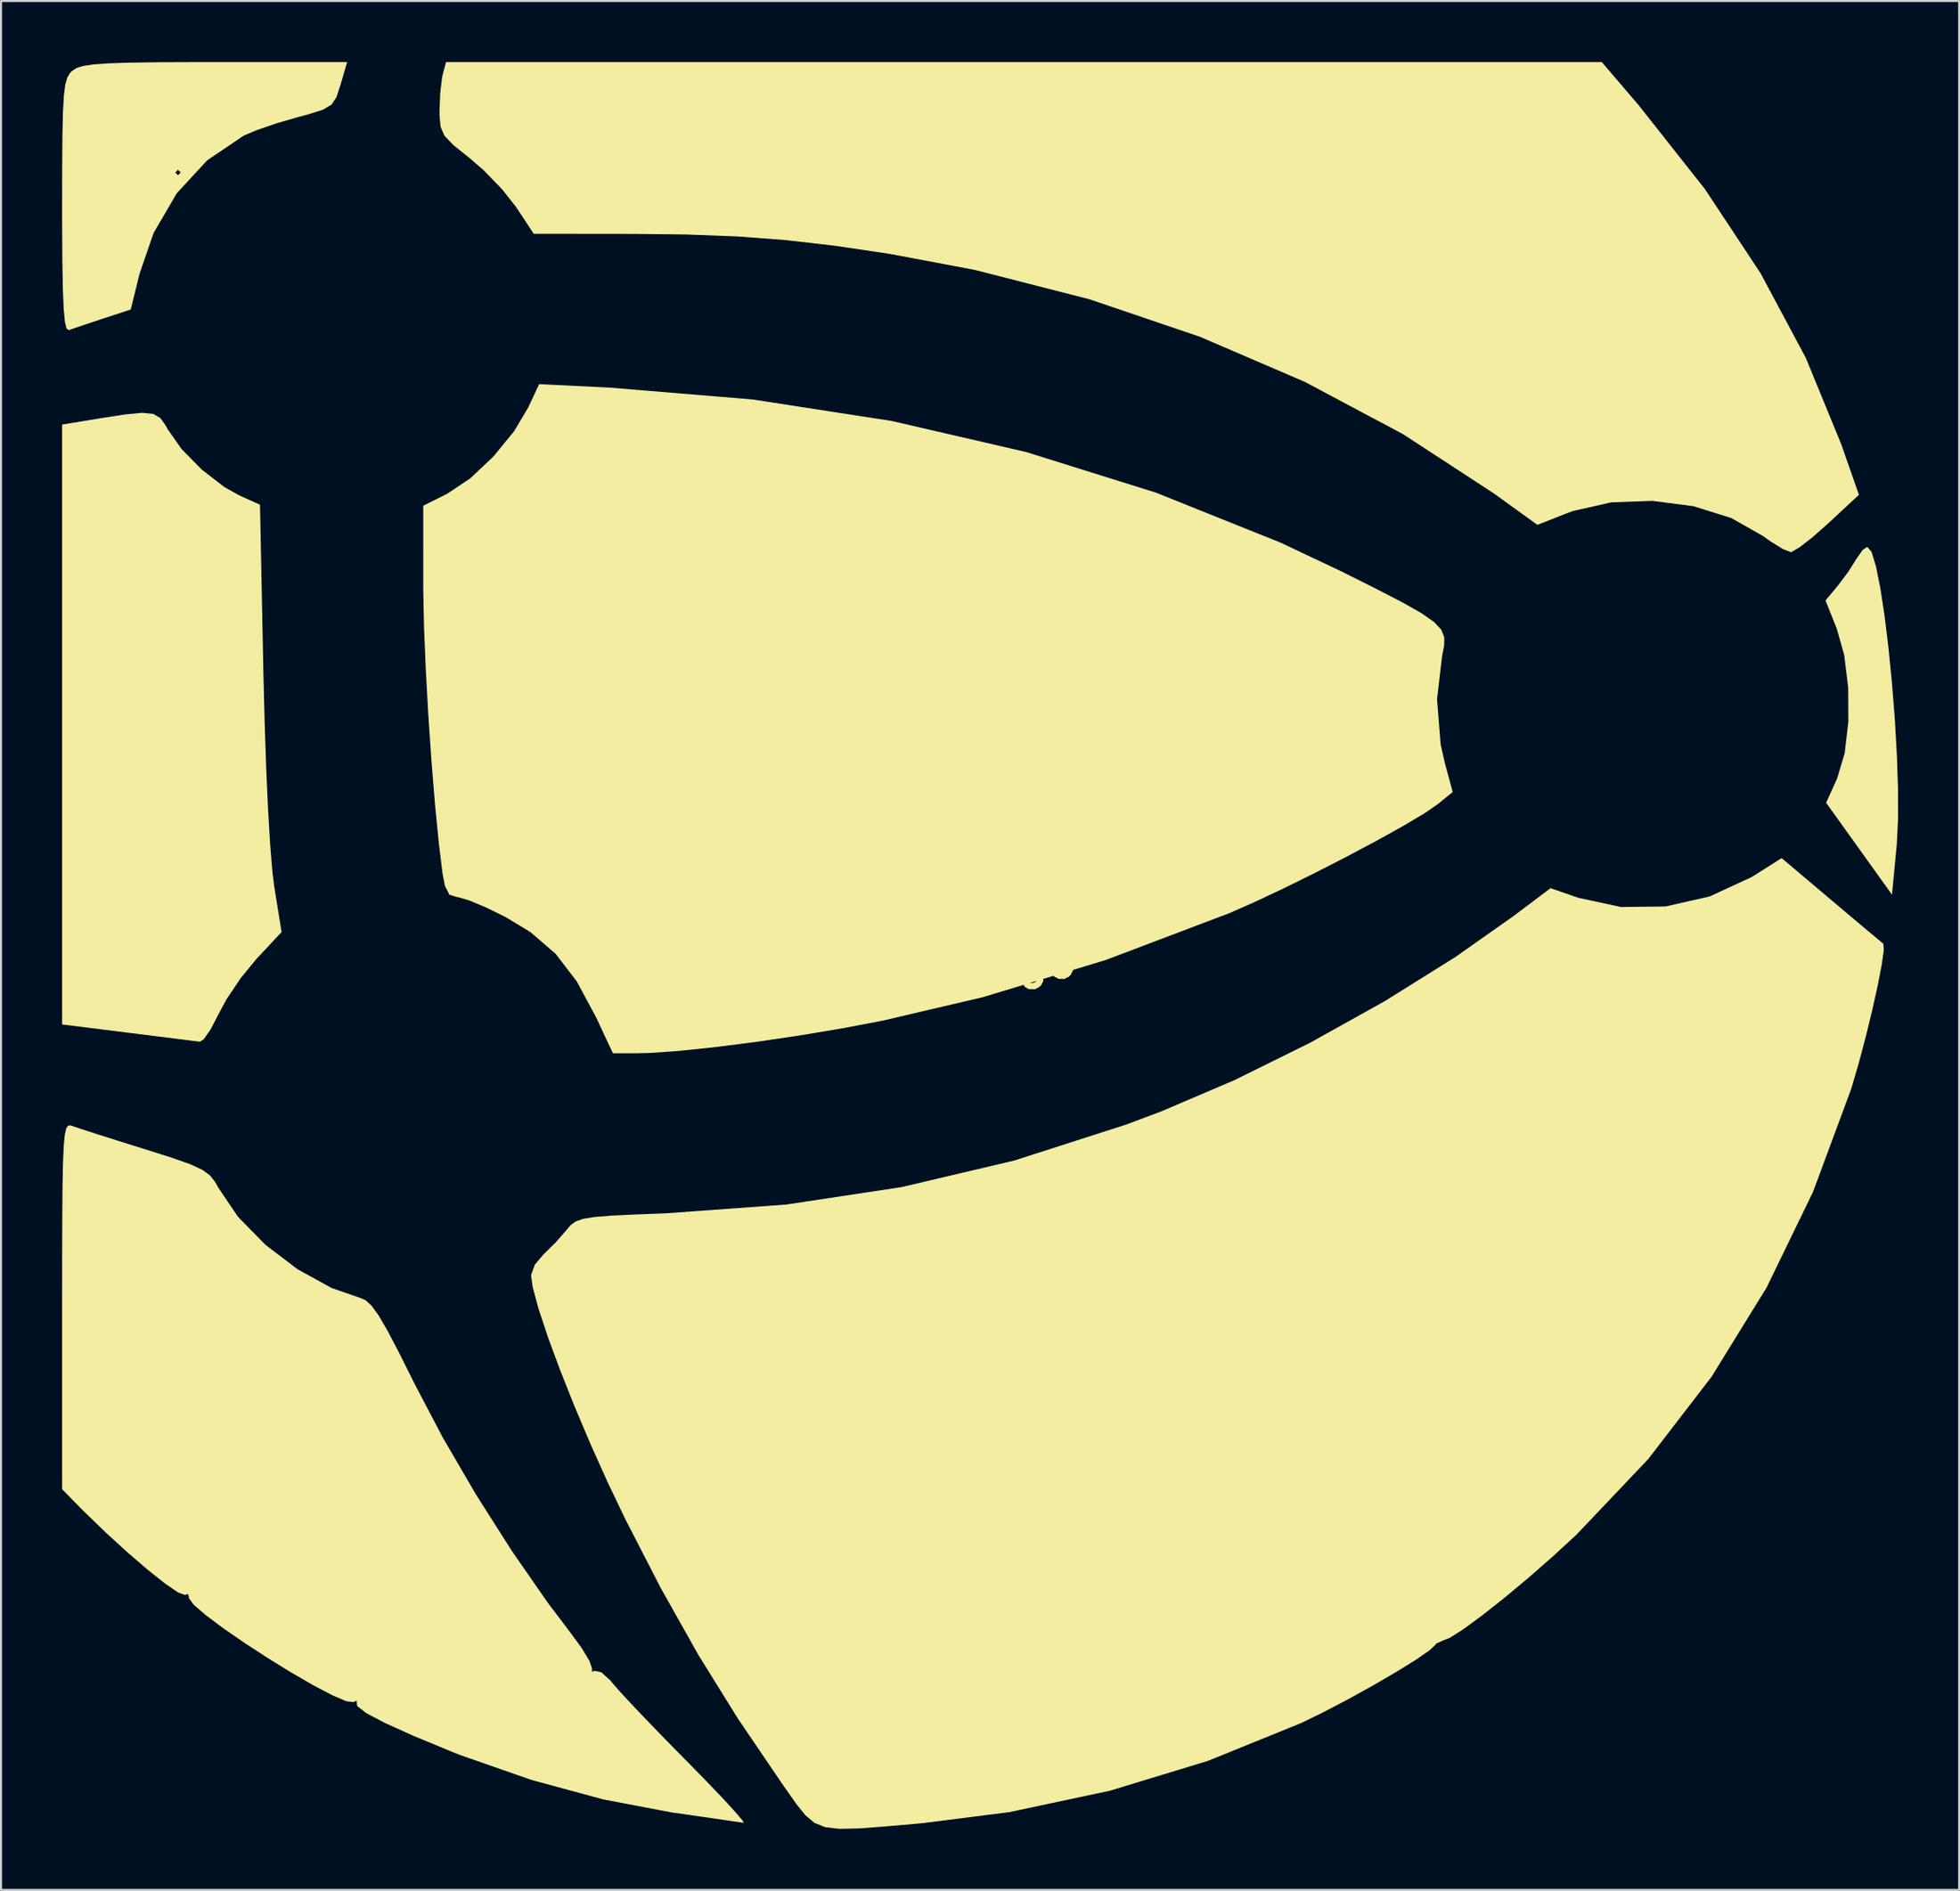
<source format=kicad_pcb>
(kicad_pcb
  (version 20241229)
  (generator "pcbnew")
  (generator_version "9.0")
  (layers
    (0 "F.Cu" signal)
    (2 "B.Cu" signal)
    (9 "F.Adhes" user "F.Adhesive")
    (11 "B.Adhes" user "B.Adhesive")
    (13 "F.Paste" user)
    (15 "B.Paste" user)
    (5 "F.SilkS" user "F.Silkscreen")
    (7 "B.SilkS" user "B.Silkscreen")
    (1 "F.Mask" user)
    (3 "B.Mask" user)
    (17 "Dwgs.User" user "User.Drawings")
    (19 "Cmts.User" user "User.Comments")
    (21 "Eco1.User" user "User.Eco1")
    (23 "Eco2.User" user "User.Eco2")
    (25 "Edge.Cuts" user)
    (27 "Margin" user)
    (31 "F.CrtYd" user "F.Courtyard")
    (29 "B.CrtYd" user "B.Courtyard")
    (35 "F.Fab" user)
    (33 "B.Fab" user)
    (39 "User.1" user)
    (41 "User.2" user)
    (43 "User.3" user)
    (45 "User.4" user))
  (footprint "cutlogo"
    (layer "F.Cu")
    (at 45.508 44.185)
    (property "Reference" "cutlogo" (at 0 0 0) (layer "F.SilkS") (effects (font (size 1.524 1.524) (thickness 0.3))))
    (attr board_only exclude_from_pos_files exclude_from_bom)
    (fp_poly (pts (xy 43.316 -20.122) (xy 43.531 -19.42) (xy 43.747 -18.346) (xy 43.956 -16.978) (xy 44.148 -15.396) (xy 44.318 -13.676) (xy 44.458 -11.899) (xy 44.559 -10.141) (xy 44.614 -8.483) (xy 44.615 -7.001) (xy 44.555 -5.775) (xy 44.546 -5.681) (xy 44.318 -3.292) (xy 41.086 -7.805) (xy 41.625 -8.996) (xy 41.996 -10.239) (xy 42.177 -11.789) (xy 42.169 -13.459) (xy 41.973 -15.06) (xy 41.612 -16.345) (xy 41.056 -17.741) (xy 41.655 -18.462) (xy 42.168 -19.142) (xy 42.565 -19.773) (xy 42.568 -19.778) (xy 42.884 -20.228) (xy 43.108 -20.373)) (stroke (width 0) (type solid)) (fill yes) (layer "F.SilkS"))
    (fp_poly (pts (xy -41.033 -26.905) (xy -40.685 -26.701) (xy -40.423 -26.331) (xy -40.332 -26.16) (xy -39.644 -25.176) (xy -38.654 -24.17) (xy -37.549 -23.315) (xy -36.814 -22.903) (xy -35.795 -22.444) (xy -35.628 -14.198) (xy -35.567 -11.748) (xy -35.489 -9.471) (xy -35.397 -7.442) (xy -35.295 -5.735) (xy -35.187 -4.424) (xy -35.098 -3.704) (xy -34.735 -1.455) (xy -35.971 -0.132) (xy -36.741 0.807) (xy -37.449 1.864) (xy -37.833 2.58) (xy -38.216 3.324) (xy -38.56 3.813) (xy -38.742 3.932) (xy -39.102 3.887) (xy -39.875 3.79) (xy -40.948 3.655) (xy -42.211 3.497) (xy -42.267 3.49) (xy -45.508 3.084) (xy -45.508 -26.381) (xy -43.671 -26.684) (xy -42.417 -26.879) (xy -41.574 -26.958)) (stroke (width 0) (type solid)) (fill yes) (layer "F.SilkS"))
    (fp_poly (pts (xy -31.843 -43.065) (xy -32.037 -42.473) (xy -32.28 -42.099) (xy -32.707 -41.846) (xy -33.45 -41.611) (xy -33.961 -41.475) (xy -35.015 -41.168) (xy -35.984 -40.833) (xy -36.597 -40.572) (xy -38.391 -39.357) (xy -39.881 -37.742) (xy -41.02 -35.788) (xy -41.703 -33.804) (xy -42.14 -32.033) (xy -43.494 -31.589) (xy -44.319 -31.315) (xy -44.959 -31.098) (xy -45.178 -31.022) (xy -45.287 -31.091) (xy -45.371 -31.424) (xy -45.432 -32.07) (xy -45.473 -33.079) (xy -45.498 -34.5) (xy -45.508 -36.385) (xy -45.508 -37.105) (xy -45.506 -38.761) (xy -39.952 -38.761) (xy -39.82 -38.629) (xy -39.688 -38.761) (xy -39.82 -38.894) (xy -39.952 -38.761) (xy -45.506 -38.761) (xy -45.505 -39.088) (xy -45.493 -40.61) (xy -45.467 -41.738) (xy -45.422 -42.537) (xy -45.353 -43.077) (xy -45.255 -43.424) (xy -45.123 -43.645) (xy -45.024 -43.748) (xy -44.816 -43.886) (xy -44.493 -43.992) (xy -43.988 -44.07) (xy -43.238 -44.124) (xy -42.179 -44.159) (xy -40.744 -44.178) (xy -38.869 -44.185) (xy -38.03 -44.185) (xy -31.519 -44.185)) (stroke (width 0) (type solid)) (fill yes) (layer "F.SilkS"))
    (fp_poly (pts (xy 31.876 -42.076) (xy 35.128 -37.958) (xy 37.861 -33.824) (xy 40.089 -29.654) (xy 41.823 -25.427) (xy 41.832 -25.402) (xy 42.695 -22.931) (xy 41.179 -21.52) (xy 40.422 -20.851) (xy 39.786 -20.356) (xy 39.387 -20.123) (xy 39.344 -20.116) (xy 38.959 -20.27) (xy 38.343 -20.652) (xy 38 -20.899) (xy 36.437 -21.787) (xy 34.574 -22.371) (xy 32.559 -22.634) (xy 30.536 -22.561) (xy 28.653 -22.134) (xy 28.339 -22.018) (xy 26.913 -21.454) (xy 24.768 -23.004) (xy 20.324 -25.905) (xy 15.504 -28.474) (xy 10.36 -30.688) (xy 4.943 -32.529) (xy -0.697 -33.976) (xy -4.895 -34.767) (xy -7.552 -35.161) (xy -9.972 -35.441) (xy -12.349 -35.621) (xy -14.881 -35.718) (xy -17.462 -35.746) (xy -22.357 -35.752) (xy -23.223 -37.065) (xy -23.922 -37.952) (xy -24.834 -38.89) (xy -25.537 -39.495) (xy -26.305 -40.111) (xy -26.738 -40.566) (xy -26.933 -41.012) (xy -26.982 -41.599) (xy -26.983 -41.804) (xy -26.946 -42.682) (xy -26.856 -43.427) (xy -26.821 -43.59) (xy -26.661 -44.185) (xy 30.075 -44.185)) (stroke (width 0) (type solid)) (fill yes) (layer "F.SilkS"))
    (fp_poly (pts (xy -18.653 -28.198) (xy -11.614 -27.614) (xy -4.788 -26.558) (xy 1.813 -25.032) (xy 8.181 -23.039) (xy 14.303 -20.582) (xy 17.33 -19.15) (xy 19.035 -18.295) (xy 20.319 -17.629) (xy 21.237 -17.106) (xy 21.844 -16.68) (xy 22.193 -16.306) (xy 22.339 -15.937) (xy 22.335 -15.53) (xy 22.238 -15.038) (xy 22.237 -15.034) (xy 21.985 -12.894) (xy 22.161 -10.68) (xy 22.36 -9.79) (xy 22.754 -8.334) (xy 22.026 -7.74) (xy 21.39 -7.302) (xy 20.371 -6.693) (xy 19.067 -5.966) (xy 17.577 -5.172) (xy 15.999 -4.363) (xy 14.431 -3.589) (xy 12.971 -2.902) (xy 11.774 -2.377) (xy 5.715 -0.08) (xy -0.311 1.744) (xy -5.232 2.898) (xy -7.193 3.271) (xy -9.289 3.622) (xy -11.402 3.934) (xy -13.414 4.193) (xy -15.205 4.381) (xy -16.658 4.484) (xy -17.238 4.498) (xy -18.471 4.498) (xy -19.3 2.727) (xy -20.245 0.969) (xy -21.281 -0.384) (xy -22.52 -1.453) (xy -23.769 -2.208) (xy -24.715 -2.671) (xy -25.538 -3.013) (xy -26.081 -3.171) (xy -26.136 -3.175) (xy -26.497 -3.29) (xy -26.715 -3.717) (xy -26.828 -4.299) (xy -27.016 -5.81) (xy -27.203 -7.711) (xy -27.378 -9.862) (xy -27.533 -12.125) (xy -27.657 -14.359) (xy -27.743 -16.426) (xy -27.779 -18.187) (xy -27.78 -18.408) (xy -27.781 -22.396) (xy -26.605 -22.983) (xy -25.48 -23.734) (xy -24.331 -24.817) (xy -23.314 -26.064) (xy -22.618 -27.239) (xy -22.093 -28.365)) (stroke (width 0) (type solid)) (fill yes) (layer "F.SilkS"))
    (fp_poly (pts (xy 41.345 -3.022) (xy 42.298 -2.218) (xy 43.095 -1.547) (xy 43.655 -1.077) (xy 43.895 -0.878) (xy 43.896 -0.878) (xy 43.917 -0.576) (xy 43.818 0.132) (xy 43.624 1.143) (xy 43.356 2.353) (xy 43.039 3.658) (xy 42.695 4.956) (xy 42.348 6.142) (xy 42.296 6.305) (xy 40.439 11.315) (xy 38.162 16.008) (xy 35.467 20.379) (xy 32.359 24.423) (xy 28.841 28.133) (xy 28.84 28.135) (xy 27.678 29.206) (xy 26.465 30.269) (xy 25.274 31.261) (xy 24.183 32.123) (xy 23.266 32.796) (xy 22.599 33.219) (xy 22.29 33.337) (xy 21.945 33.494) (xy 21.916 33.542) (xy 21.623 33.821) (xy 20.953 34.285) (xy 20.001 34.876) (xy 18.862 35.54) (xy 17.632 36.222) (xy 16.405 36.865) (xy 15.301 37.403) (xy 10.742 39.254) (xy 5.92 40.723) (xy 0.973 41.775) (xy -3.307 42.319) (xy -5.066 42.473) (xy -6.385 42.573) (xy -7.352 42.594) (xy -8.055 42.51) (xy -8.583 42.296) (xy -9.023 41.926) (xy -9.464 41.376) (xy -9.995 40.619) (xy -10.186 40.345) (xy -12.338 37.174) (xy -14.278 34.046) (xy -16.118 30.772) (xy -17.861 27.384) (xy -18.722 25.584) (xy -19.565 23.705) (xy -20.358 21.83) (xy -21.071 20.038) (xy -21.671 18.411) (xy -22.128 17.029) (xy -22.41 15.974) (xy -22.49 15.398) (xy -22.301 14.88) (xy -21.893 14.394) (xy -21.275 13.785) (xy -20.764 13.198) (xy -20.55 12.947) (xy -20.305 12.764) (xy -19.945 12.634) (xy -19.385 12.542) (xy -18.54 12.474) (xy -17.327 12.416) (xy -15.871 12.36) (xy -9.973 11.931) (xy -4.308 11.074) (xy 1.232 9.768) (xy 6.755 7.991) (xy 8.467 7.346) (xy 12.047 5.816) (xy 15.754 3.982) (xy 19.422 1.937) (xy 22.883 -0.226) (xy 25.751 -2.248) (xy 27.557 -3.609) (xy 28.926 -3.136) (xy 31.018 -2.684) (xy 33.2 -2.711) (xy 35.364 -3.202) (xy 37.406 -4.144) (xy 37.641 -4.288) (xy 38.901 -5.087)) (stroke (width 0) (type solid)) (fill yes) (layer "F.SilkS"))
    (fp_poly (pts (xy -45.05 8.057) (xy -44.628 8.201) (xy -43.817 8.464) (xy -42.731 8.809) (xy -41.486 9.198) (xy -41.45 9.21) (xy -40.128 9.629) (xy -39.217 9.95) (xy -38.621 10.226) (xy -38.242 10.505) (xy -37.984 10.84) (xy -37.834 11.113) (xy -36.872 12.536) (xy -35.53 13.906) (xy -33.952 15.107) (xy -32.285 16.027) (xy -30.913 16.502) (xy -30.619 16.626) (xy -30.316 16.901) (xy -29.961 17.393) (xy -29.511 18.169) (xy -28.923 19.297) (xy -28.213 20.724) (xy -26.818 23.381) (xy -25.192 26.172) (xy -23.445 28.923) (xy -21.687 31.461) (xy -20.581 32.923) (xy -20.008 33.706) (xy -19.622 34.345) (xy -19.493 34.72) (xy -19.502 34.75) (xy -19.488 34.883) (xy -19.377 34.831) (xy -19.045 34.9) (xy -18.602 35.298) (xy -18.532 35.386) (xy -18.157 35.82) (xy -17.485 36.545) (xy -16.593 37.48) (xy -15.561 38.543) (xy -14.888 39.224) (xy -13.883 40.251) (xy -13.044 41.13) (xy -12.429 41.802) (xy -12.091 42.206) (xy -12.054 42.297) (xy -12.491 42.234) (xy -12.965 42.164) (xy -13.549 42.079) (xy -14.467 41.947) (xy -15.528 41.794) (xy -15.61 41.783) (xy -18.951 41.147) (xy -22.466 40.192) (xy -25.958 38.972) (xy -26.326 38.826) (xy -28.242 38.034) (xy -29.666 37.392) (xy -30.594 36.9) (xy -31.023 36.561) (xy -31.042 36.438) (xy -31.044 36.295) (xy -31.201 36.368) (xy -31.557 36.326) (xy -32.241 36.034) (xy -33.168 35.547) (xy -34.253 34.92) (xy -35.41 34.206) (xy -36.554 33.461) (xy -37.599 32.739) (xy -38.46 32.095) (xy -39.052 31.582) (xy -39.29 31.256) (xy -39.282 31.207) (xy -39.331 31.064) (xy -39.49 31.1) (xy -39.817 30.982) (xy -40.443 30.554) (xy -41.292 29.88) (xy -42.29 29.023) (xy -43.36 28.046) (xy -44.427 27.013) (xy -44.754 26.683) (xy -45.508 25.911) (xy -45.508 16.896) (xy -45.507 14.473) (xy -45.501 12.528) (xy -45.488 11.011) (xy -45.465 9.87) (xy -45.429 9.055) (xy -45.378 8.516) (xy -45.31 8.2) (xy -45.221 8.058) (xy -45.109 8.039)) (stroke (width 0) (type solid)) (fill yes) (layer "F.SilkS")))
  (gr_rect
    (start -3 -3)
    (end 93.123 89.78)
    (stroke (width 0.1) (type default))
    (fill no)
    (layer "Edge.Cuts")))
</source>
